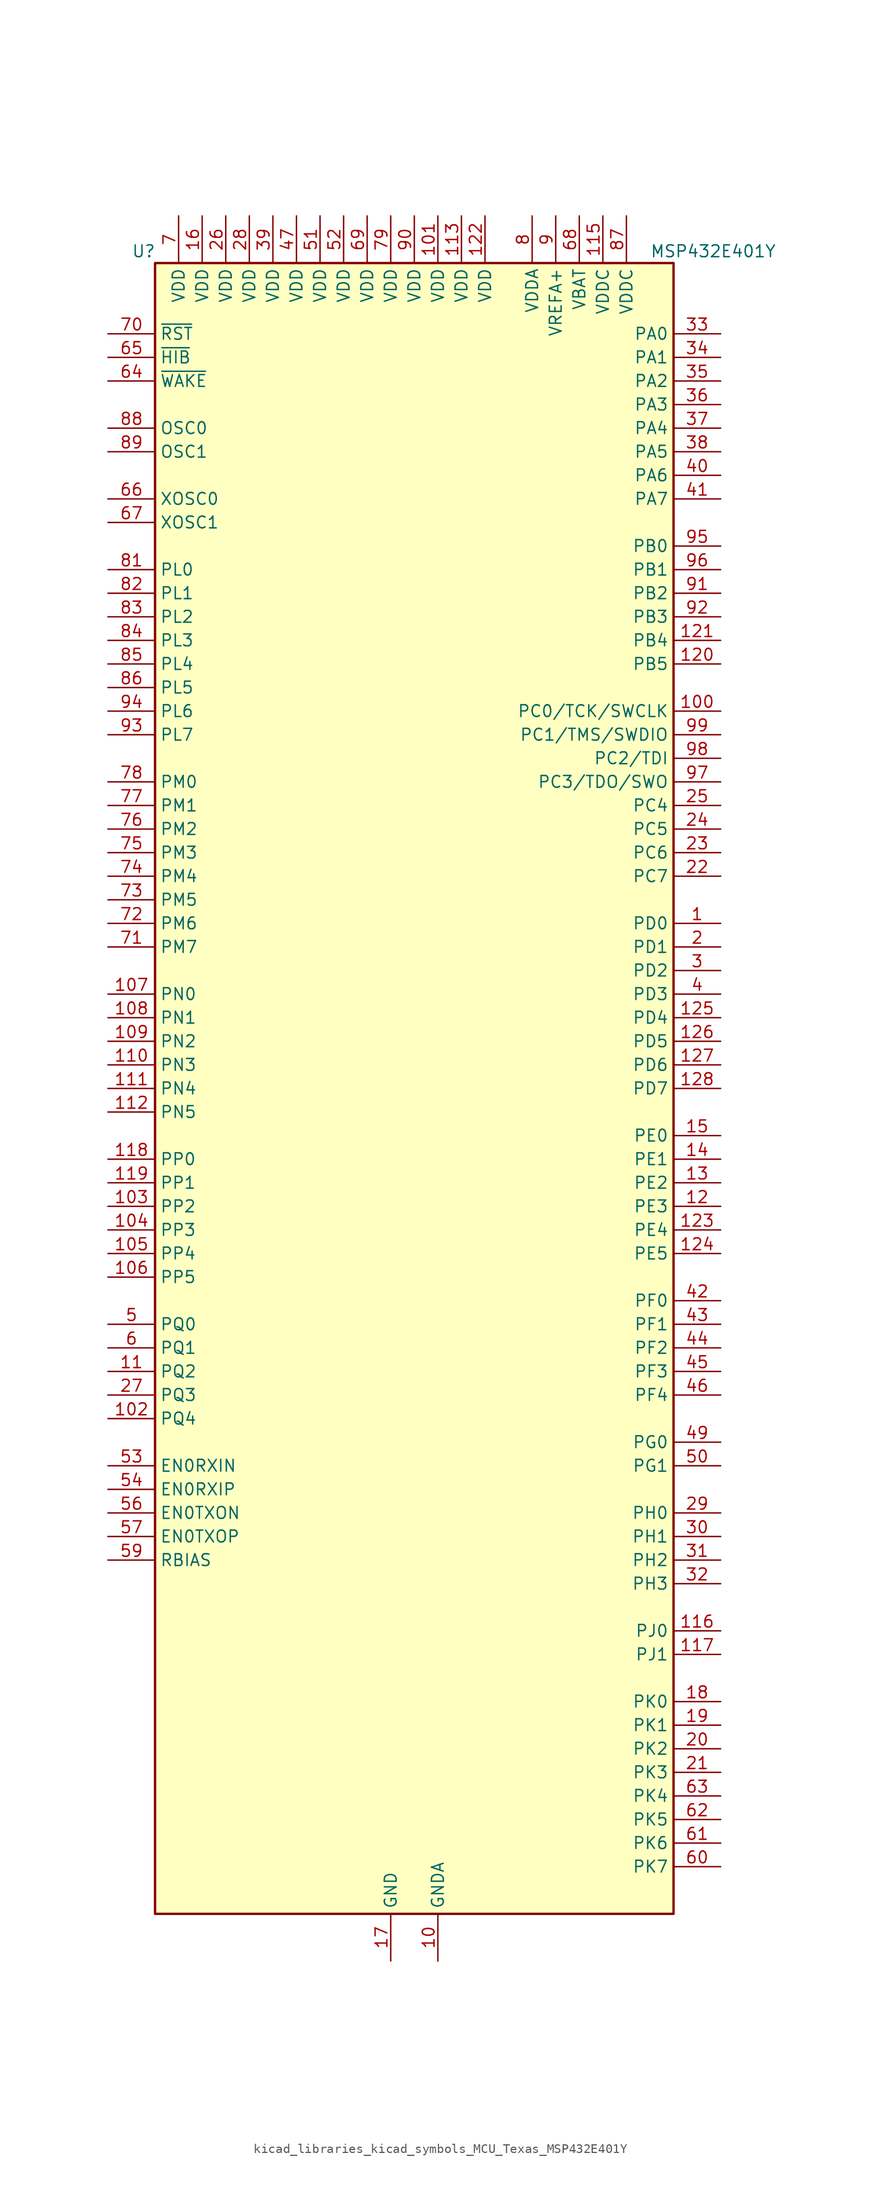
<source format=kicad_sym>
(kicad_symbol_lib
  (version 20220914)
  (generator kicad_symbol_editor)
  (symbol "kicad_libraries_kicad_symbols_MCU_Texas_MSP432E401Y"
    (property "Reference" "U"
      (at -30.48 90.17 0)
      (effects (font (size 1.27 1.27)) (justify left)))
    (property "Value" "MSP432E401Y"
      (at 25.4 90.17 0)
      (effects (font (size 1.27 1.27)) (justify left)))
    (symbol "kicad_libraries_kicad_symbols_MCU_Texas_MSP432E401Y_1_1"
      (rectangle (start -27.94 -88.9) (end 27.94 88.9) (stroke (width 0.254) (type default)) (fill (type background)))
      (pin bidirectional line (at 33.02 17.78 180) (length 5.08) (name "PD0" (effects (font (size 1.27 1.27)))) (number "1" (effects (font (size 1.27 1.27)))))
      (pin power_in line (at 2.54 -93.98 90) (length 5.08) (name "GNDA" (effects (font (size 1.27 1.27)))) (number "10" (effects (font (size 1.27 1.27)))))
      (pin bidirectional line (at 33.02 40.64 180) (length 5.08) (name "PC0/TCK/SWCLK" (effects (font (size 1.27 1.27)))) (number "100" (effects (font (size 1.27 1.27)))))
      (pin power_in line (at 2.54 93.98 270) (length 5.08) (name "VDD" (effects (font (size 1.27 1.27)))) (number "101" (effects (font (size 1.27 1.27)))))
      (pin bidirectional line (at -33.02 -35.56 0) (length 5.08) (name "PQ4" (effects (font (size 1.27 1.27)))) (number "102" (effects (font (size 1.27 1.27)))))
      (pin bidirectional line (at -33.02 -12.7 0) (length 5.08) (name "PP2" (effects (font (size 1.27 1.27)))) (number "103" (effects (font (size 1.27 1.27)))))
      (pin bidirectional line (at -33.02 -15.24 0) (length 5.08) (name "PP3" (effects (font (size 1.27 1.27)))) (number "104" (effects (font (size 1.27 1.27)))))
      (pin bidirectional line (at -33.02 -17.78 0) (length 5.08) (name "PP4" (effects (font (size 1.27 1.27)))) (number "105" (effects (font (size 1.27 1.27)))))
      (pin bidirectional line (at -33.02 -20.32 0) (length 5.08) (name "PP5" (effects (font (size 1.27 1.27)))) (number "106" (effects (font (size 1.27 1.27)))))
      (pin bidirectional line (at -33.02 10.16 0) (length 5.08) (name "PN0" (effects (font (size 1.27 1.27)))) (number "107" (effects (font (size 1.27 1.27)))))
      (pin bidirectional line (at -33.02 7.62 0) (length 5.08) (name "PN1" (effects (font (size 1.27 1.27)))) (number "108" (effects (font (size 1.27 1.27)))))
      (pin bidirectional line (at -33.02 5.08 0) (length 5.08) (name "PN2" (effects (font (size 1.27 1.27)))) (number "109" (effects (font (size 1.27 1.27)))))
      (pin bidirectional line (at -33.02 -30.48 0) (length 5.08) (name "PQ2" (effects (font (size 1.27 1.27)))) (number "11" (effects (font (size 1.27 1.27)))))
      (pin bidirectional line (at -33.02 2.54 0) (length 5.08) (name "PN3" (effects (font (size 1.27 1.27)))) (number "110" (effects (font (size 1.27 1.27)))))
      (pin bidirectional line (at -33.02 0 0) (length 5.08) (name "PN4" (effects (font (size 1.27 1.27)))) (number "111" (effects (font (size 1.27 1.27)))))
      (pin bidirectional line (at -33.02 -2.54 0) (length 5.08) (name "PN5" (effects (font (size 1.27 1.27)))) (number "112" (effects (font (size 1.27 1.27)))))
      (pin power_in line (at 5.08 93.98 270) (length 5.08) (name "VDD" (effects (font (size 1.27 1.27)))) (number "113" (effects (font (size 1.27 1.27)))))
      (pin passive line (at -2.54 -93.98 90) (length 5.08) hide (name "GND" (effects (font (size 1.27 1.27)))) (number "114" (effects (font (size 1.27 1.27)))))
      (pin power_in line (at 20.32 93.98 270) (length 5.08) (name "VDDC" (effects (font (size 1.27 1.27)))) (number "115" (effects (font (size 1.27 1.27)))))
      (pin bidirectional line (at 33.02 -58.42 180) (length 5.08) (name "PJ0" (effects (font (size 1.27 1.27)))) (number "116" (effects (font (size 1.27 1.27)))))
      (pin bidirectional line (at 33.02 -60.96 180) (length 5.08) (name "PJ1" (effects (font (size 1.27 1.27)))) (number "117" (effects (font (size 1.27 1.27)))))
      (pin bidirectional line (at -33.02 -7.62 0) (length 5.08) (name "PP0" (effects (font (size 1.27 1.27)))) (number "118" (effects (font (size 1.27 1.27)))))
      (pin bidirectional line (at -33.02 -10.16 0) (length 5.08) (name "PP1" (effects (font (size 1.27 1.27)))) (number "119" (effects (font (size 1.27 1.27)))))
      (pin bidirectional line (at 33.02 -12.7 180) (length 5.08) (name "PE3" (effects (font (size 1.27 1.27)))) (number "12" (effects (font (size 1.27 1.27)))))
      (pin bidirectional line (at 33.02 45.72 180) (length 5.08) (name "PB5" (effects (font (size 1.27 1.27)))) (number "120" (effects (font (size 1.27 1.27)))))
      (pin bidirectional line (at 33.02 48.26 180) (length 5.08) (name "PB4" (effects (font (size 1.27 1.27)))) (number "121" (effects (font (size 1.27 1.27)))))
      (pin power_in line (at 7.62 93.98 270) (length 5.08) (name "VDD" (effects (font (size 1.27 1.27)))) (number "122" (effects (font (size 1.27 1.27)))))
      (pin bidirectional line (at 33.02 -15.24 180) (length 5.08) (name "PE4" (effects (font (size 1.27 1.27)))) (number "123" (effects (font (size 1.27 1.27)))))
      (pin bidirectional line (at 33.02 -17.78 180) (length 5.08) (name "PE5" (effects (font (size 1.27 1.27)))) (number "124" (effects (font (size 1.27 1.27)))))
      (pin bidirectional line (at 33.02 7.62 180) (length 5.08) (name "PD4" (effects (font (size 1.27 1.27)))) (number "125" (effects (font (size 1.27 1.27)))))
      (pin bidirectional line (at 33.02 5.08 180) (length 5.08) (name "PD5" (effects (font (size 1.27 1.27)))) (number "126" (effects (font (size 1.27 1.27)))))
      (pin bidirectional line (at 33.02 2.54 180) (length 5.08) (name "PD6" (effects (font (size 1.27 1.27)))) (number "127" (effects (font (size 1.27 1.27)))))
      (pin bidirectional line (at 33.02 0 180) (length 5.08) (name "PD7" (effects (font (size 1.27 1.27)))) (number "128" (effects (font (size 1.27 1.27)))))
      (pin bidirectional line (at 33.02 -10.16 180) (length 5.08) (name "PE2" (effects (font (size 1.27 1.27)))) (number "13" (effects (font (size 1.27 1.27)))))
      (pin bidirectional line (at 33.02 -7.62 180) (length 5.08) (name "PE1" (effects (font (size 1.27 1.27)))) (number "14" (effects (font (size 1.27 1.27)))))
      (pin bidirectional line (at 33.02 -5.08 180) (length 5.08) (name "PE0" (effects (font (size 1.27 1.27)))) (number "15" (effects (font (size 1.27 1.27)))))
      (pin power_in line (at -22.86 93.98 270) (length 5.08) (name "VDD" (effects (font (size 1.27 1.27)))) (number "16" (effects (font (size 1.27 1.27)))))
      (pin power_in line (at -2.54 -93.98 90) (length 5.08) (name "GND" (effects (font (size 1.27 1.27)))) (number "17" (effects (font (size 1.27 1.27)))))
      (pin bidirectional line (at 33.02 -66.04 180) (length 5.08) (name "PK0" (effects (font (size 1.27 1.27)))) (number "18" (effects (font (size 1.27 1.27)))))
      (pin bidirectional line (at 33.02 -68.58 180) (length 5.08) (name "PK1" (effects (font (size 1.27 1.27)))) (number "19" (effects (font (size 1.27 1.27)))))
      (pin bidirectional line (at 33.02 15.24 180) (length 5.08) (name "PD1" (effects (font (size 1.27 1.27)))) (number "2" (effects (font (size 1.27 1.27)))))
      (pin bidirectional line (at 33.02 -71.12 180) (length 5.08) (name "PK2" (effects (font (size 1.27 1.27)))) (number "20" (effects (font (size 1.27 1.27)))))
      (pin bidirectional line (at 33.02 -73.66 180) (length 5.08) (name "PK3" (effects (font (size 1.27 1.27)))) (number "21" (effects (font (size 1.27 1.27)))))
      (pin bidirectional line (at 33.02 22.86 180) (length 5.08) (name "PC7" (effects (font (size 1.27 1.27)))) (number "22" (effects (font (size 1.27 1.27)))))
      (pin bidirectional line (at 33.02 25.4 180) (length 5.08) (name "PC6" (effects (font (size 1.27 1.27)))) (number "23" (effects (font (size 1.27 1.27)))))
      (pin bidirectional line (at 33.02 27.94 180) (length 5.08) (name "PC5" (effects (font (size 1.27 1.27)))) (number "24" (effects (font (size 1.27 1.27)))))
      (pin bidirectional line (at 33.02 30.48 180) (length 5.08) (name "PC4" (effects (font (size 1.27 1.27)))) (number "25" (effects (font (size 1.27 1.27)))))
      (pin power_in line (at -20.32 93.98 270) (length 5.08) (name "VDD" (effects (font (size 1.27 1.27)))) (number "26" (effects (font (size 1.27 1.27)))))
      (pin bidirectional line (at -33.02 -33.02 0) (length 5.08) (name "PQ3" (effects (font (size 1.27 1.27)))) (number "27" (effects (font (size 1.27 1.27)))))
      (pin power_in line (at -17.78 93.98 270) (length 5.08) (name "VDD" (effects (font (size 1.27 1.27)))) (number "28" (effects (font (size 1.27 1.27)))))
      (pin bidirectional line (at 33.02 -45.72 180) (length 5.08) (name "PH0" (effects (font (size 1.27 1.27)))) (number "29" (effects (font (size 1.27 1.27)))))
      (pin bidirectional line (at 33.02 12.7 180) (length 5.08) (name "PD2" (effects (font (size 1.27 1.27)))) (number "3" (effects (font (size 1.27 1.27)))))
      (pin bidirectional line (at 33.02 -48.26 180) (length 5.08) (name "PH1" (effects (font (size 1.27 1.27)))) (number "30" (effects (font (size 1.27 1.27)))))
      (pin bidirectional line (at 33.02 -50.8 180) (length 5.08) (name "PH2" (effects (font (size 1.27 1.27)))) (number "31" (effects (font (size 1.27 1.27)))))
      (pin bidirectional line (at 33.02 -53.34 180) (length 5.08) (name "PH3" (effects (font (size 1.27 1.27)))) (number "32" (effects (font (size 1.27 1.27)))))
      (pin bidirectional line (at 33.02 81.28 180) (length 5.08) (name "PA0" (effects (font (size 1.27 1.27)))) (number "33" (effects (font (size 1.27 1.27)))))
      (pin bidirectional line (at 33.02 78.74 180) (length 5.08) (name "PA1" (effects (font (size 1.27 1.27)))) (number "34" (effects (font (size 1.27 1.27)))))
      (pin bidirectional line (at 33.02 76.2 180) (length 5.08) (name "PA2" (effects (font (size 1.27 1.27)))) (number "35" (effects (font (size 1.27 1.27)))))
      (pin bidirectional line (at 33.02 73.66 180) (length 5.08) (name "PA3" (effects (font (size 1.27 1.27)))) (number "36" (effects (font (size 1.27 1.27)))))
      (pin bidirectional line (at 33.02 71.12 180) (length 5.08) (name "PA4" (effects (font (size 1.27 1.27)))) (number "37" (effects (font (size 1.27 1.27)))))
      (pin bidirectional line (at 33.02 68.58 180) (length 5.08) (name "PA5" (effects (font (size 1.27 1.27)))) (number "38" (effects (font (size 1.27 1.27)))))
      (pin power_in line (at -15.24 93.98 270) (length 5.08) (name "VDD" (effects (font (size 1.27 1.27)))) (number "39" (effects (font (size 1.27 1.27)))))
      (pin bidirectional line (at 33.02 10.16 180) (length 5.08) (name "PD3" (effects (font (size 1.27 1.27)))) (number "4" (effects (font (size 1.27 1.27)))))
      (pin bidirectional line (at 33.02 66.04 180) (length 5.08) (name "PA6" (effects (font (size 1.27 1.27)))) (number "40" (effects (font (size 1.27 1.27)))))
      (pin bidirectional line (at 33.02 63.5 180) (length 5.08) (name "PA7" (effects (font (size 1.27 1.27)))) (number "41" (effects (font (size 1.27 1.27)))))
      (pin bidirectional line (at 33.02 -22.86 180) (length 5.08) (name "PF0" (effects (font (size 1.27 1.27)))) (number "42" (effects (font (size 1.27 1.27)))))
      (pin bidirectional line (at 33.02 -25.4 180) (length 5.08) (name "PF1" (effects (font (size 1.27 1.27)))) (number "43" (effects (font (size 1.27 1.27)))))
      (pin bidirectional line (at 33.02 -27.94 180) (length 5.08) (name "PF2" (effects (font (size 1.27 1.27)))) (number "44" (effects (font (size 1.27 1.27)))))
      (pin bidirectional line (at 33.02 -30.48 180) (length 5.08) (name "PF3" (effects (font (size 1.27 1.27)))) (number "45" (effects (font (size 1.27 1.27)))))
      (pin bidirectional line (at 33.02 -33.02 180) (length 5.08) (name "PF4" (effects (font (size 1.27 1.27)))) (number "46" (effects (font (size 1.27 1.27)))))
      (pin power_in line (at -12.7 93.98 270) (length 5.08) (name "VDD" (effects (font (size 1.27 1.27)))) (number "47" (effects (font (size 1.27 1.27)))))
      (pin passive line (at -2.54 -93.98 90) (length 5.08) hide (name "GND" (effects (font (size 1.27 1.27)))) (number "48" (effects (font (size 1.27 1.27)))))
      (pin bidirectional line (at 33.02 -38.1 180) (length 5.08) (name "PG0" (effects (font (size 1.27 1.27)))) (number "49" (effects (font (size 1.27 1.27)))))
      (pin bidirectional line (at -33.02 -25.4 0) (length 5.08) (name "PQ0" (effects (font (size 1.27 1.27)))) (number "5" (effects (font (size 1.27 1.27)))))
      (pin bidirectional line (at 33.02 -40.64 180) (length 5.08) (name "PG1" (effects (font (size 1.27 1.27)))) (number "50" (effects (font (size 1.27 1.27)))))
      (pin power_in line (at -10.16 93.98 270) (length 5.08) (name "VDD" (effects (font (size 1.27 1.27)))) (number "51" (effects (font (size 1.27 1.27)))))
      (pin power_in line (at -7.62 93.98 270) (length 5.08) (name "VDD" (effects (font (size 1.27 1.27)))) (number "52" (effects (font (size 1.27 1.27)))))
      (pin bidirectional line (at -33.02 -40.64 0) (length 5.08) (name "EN0RXIN" (effects (font (size 1.27 1.27)))) (number "53" (effects (font (size 1.27 1.27)))))
      (pin bidirectional line (at -33.02 -43.18 0) (length 5.08) (name "EN0RXIP" (effects (font (size 1.27 1.27)))) (number "54" (effects (font (size 1.27 1.27)))))
      (pin passive line (at -2.54 -93.98 90) (length 5.08) hide (name "GND" (effects (font (size 1.27 1.27)))) (number "55" (effects (font (size 1.27 1.27)))))
      (pin bidirectional line (at -33.02 -45.72 0) (length 5.08) (name "EN0TXON" (effects (font (size 1.27 1.27)))) (number "56" (effects (font (size 1.27 1.27)))))
      (pin bidirectional line (at -33.02 -48.26 0) (length 5.08) (name "EN0TXOP" (effects (font (size 1.27 1.27)))) (number "57" (effects (font (size 1.27 1.27)))))
      (pin passive line (at -2.54 -93.98 90) (length 5.08) hide (name "GND" (effects (font (size 1.27 1.27)))) (number "58" (effects (font (size 1.27 1.27)))))
      (pin passive line (at -33.02 -50.8 0) (length 5.08) (name "RBIAS" (effects (font (size 1.27 1.27)))) (number "59" (effects (font (size 1.27 1.27)))))
      (pin bidirectional line (at -33.02 -27.94 0) (length 5.08) (name "PQ1" (effects (font (size 1.27 1.27)))) (number "6" (effects (font (size 1.27 1.27)))))
      (pin bidirectional line (at 33.02 -83.82 180) (length 5.08) (name "PK7" (effects (font (size 1.27 1.27)))) (number "60" (effects (font (size 1.27 1.27)))))
      (pin bidirectional line (at 33.02 -81.28 180) (length 5.08) (name "PK6" (effects (font (size 1.27 1.27)))) (number "61" (effects (font (size 1.27 1.27)))))
      (pin bidirectional line (at 33.02 -78.74 180) (length 5.08) (name "PK5" (effects (font (size 1.27 1.27)))) (number "62" (effects (font (size 1.27 1.27)))))
      (pin bidirectional line (at 33.02 -76.2 180) (length 5.08) (name "PK4" (effects (font (size 1.27 1.27)))) (number "63" (effects (font (size 1.27 1.27)))))
      (pin input line (at -33.02 76.2 0) (length 5.08) (name "~{WAKE}" (effects (font (size 1.27 1.27)))) (number "64" (effects (font (size 1.27 1.27)))))
      (pin output line (at -33.02 78.74 0) (length 5.08) (name "~{HIB}" (effects (font (size 1.27 1.27)))) (number "65" (effects (font (size 1.27 1.27)))))
      (pin input line (at -33.02 63.5 0) (length 5.08) (name "XOSC0" (effects (font (size 1.27 1.27)))) (number "66" (effects (font (size 1.27 1.27)))))
      (pin output line (at -33.02 60.96 0) (length 5.08) (name "XOSC1" (effects (font (size 1.27 1.27)))) (number "67" (effects (font (size 1.27 1.27)))))
      (pin power_in line (at 17.78 93.98 270) (length 5.08) (name "VBAT" (effects (font (size 1.27 1.27)))) (number "68" (effects (font (size 1.27 1.27)))))
      (pin power_in line (at -5.08 93.98 270) (length 5.08) (name "VDD" (effects (font (size 1.27 1.27)))) (number "69" (effects (font (size 1.27 1.27)))))
      (pin power_in line (at -25.4 93.98 270) (length 5.08) (name "VDD" (effects (font (size 1.27 1.27)))) (number "7" (effects (font (size 1.27 1.27)))))
      (pin input line (at -33.02 81.28 0) (length 5.08) (name "~{RST}" (effects (font (size 1.27 1.27)))) (number "70" (effects (font (size 1.27 1.27)))))
      (pin bidirectional line (at -33.02 15.24 0) (length 5.08) (name "PM7" (effects (font (size 1.27 1.27)))) (number "71" (effects (font (size 1.27 1.27)))))
      (pin bidirectional line (at -33.02 17.78 0) (length 5.08) (name "PM6" (effects (font (size 1.27 1.27)))) (number "72" (effects (font (size 1.27 1.27)))))
      (pin bidirectional line (at -33.02 20.32 0) (length 5.08) (name "PM5" (effects (font (size 1.27 1.27)))) (number "73" (effects (font (size 1.27 1.27)))))
      (pin bidirectional line (at -33.02 22.86 0) (length 5.08) (name "PM4" (effects (font (size 1.27 1.27)))) (number "74" (effects (font (size 1.27 1.27)))))
      (pin bidirectional line (at -33.02 25.4 0) (length 5.08) (name "PM3" (effects (font (size 1.27 1.27)))) (number "75" (effects (font (size 1.27 1.27)))))
      (pin bidirectional line (at -33.02 27.94 0) (length 5.08) (name "PM2" (effects (font (size 1.27 1.27)))) (number "76" (effects (font (size 1.27 1.27)))))
      (pin bidirectional line (at -33.02 30.48 0) (length 5.08) (name "PM1" (effects (font (size 1.27 1.27)))) (number "77" (effects (font (size 1.27 1.27)))))
      (pin bidirectional line (at -33.02 33.02 0) (length 5.08) (name "PM0" (effects (font (size 1.27 1.27)))) (number "78" (effects (font (size 1.27 1.27)))))
      (pin power_in line (at -2.54 93.98 270) (length 5.08) (name "VDD" (effects (font (size 1.27 1.27)))) (number "79" (effects (font (size 1.27 1.27)))))
      (pin power_in line (at 12.7 93.98 270) (length 5.08) (name "VDDA" (effects (font (size 1.27 1.27)))) (number "8" (effects (font (size 1.27 1.27)))))
      (pin passive line (at -2.54 -93.98 90) (length 5.08) hide (name "GND" (effects (font (size 1.27 1.27)))) (number "80" (effects (font (size 1.27 1.27)))))
      (pin bidirectional line (at -33.02 55.88 0) (length 5.08) (name "PL0" (effects (font (size 1.27 1.27)))) (number "81" (effects (font (size 1.27 1.27)))))
      (pin bidirectional line (at -33.02 53.34 0) (length 5.08) (name "PL1" (effects (font (size 1.27 1.27)))) (number "82" (effects (font (size 1.27 1.27)))))
      (pin bidirectional line (at -33.02 50.8 0) (length 5.08) (name "PL2" (effects (font (size 1.27 1.27)))) (number "83" (effects (font (size 1.27 1.27)))))
      (pin bidirectional line (at -33.02 48.26 0) (length 5.08) (name "PL3" (effects (font (size 1.27 1.27)))) (number "84" (effects (font (size 1.27 1.27)))))
      (pin bidirectional line (at -33.02 45.72 0) (length 5.08) (name "PL4" (effects (font (size 1.27 1.27)))) (number "85" (effects (font (size 1.27 1.27)))))
      (pin bidirectional line (at -33.02 43.18 0) (length 5.08) (name "PL5" (effects (font (size 1.27 1.27)))) (number "86" (effects (font (size 1.27 1.27)))))
      (pin power_in line (at 22.86 93.98 270) (length 5.08) (name "VDDC" (effects (font (size 1.27 1.27)))) (number "87" (effects (font (size 1.27 1.27)))))
      (pin input line (at -33.02 71.12 0) (length 5.08) (name "OSC0" (effects (font (size 1.27 1.27)))) (number "88" (effects (font (size 1.27 1.27)))))
      (pin output line (at -33.02 68.58 0) (length 5.08) (name "OSC1" (effects (font (size 1.27 1.27)))) (number "89" (effects (font (size 1.27 1.27)))))
      (pin power_in line (at 15.24 93.98 270) (length 5.08) (name "VREFA+" (effects (font (size 1.27 1.27)))) (number "9" (effects (font (size 1.27 1.27)))))
      (pin power_in line (at 0 93.98 270) (length 5.08) (name "VDD" (effects (font (size 1.27 1.27)))) (number "90" (effects (font (size 1.27 1.27)))))
      (pin bidirectional line (at 33.02 53.34 180) (length 5.08) (name "PB2" (effects (font (size 1.27 1.27)))) (number "91" (effects (font (size 1.27 1.27)))))
      (pin bidirectional line (at 33.02 50.8 180) (length 5.08) (name "PB3" (effects (font (size 1.27 1.27)))) (number "92" (effects (font (size 1.27 1.27)))))
      (pin bidirectional line (at -33.02 38.1 0) (length 5.08) (name "PL7" (effects (font (size 1.27 1.27)))) (number "93" (effects (font (size 1.27 1.27)))))
      (pin bidirectional line (at -33.02 40.64 0) (length 5.08) (name "PL6" (effects (font (size 1.27 1.27)))) (number "94" (effects (font (size 1.27 1.27)))))
      (pin bidirectional line (at 33.02 58.42 180) (length 5.08) (name "PB0" (effects (font (size 1.27 1.27)))) (number "95" (effects (font (size 1.27 1.27)))))
      (pin bidirectional line (at 33.02 55.88 180) (length 5.08) (name "PB1" (effects (font (size 1.27 1.27)))) (number "96" (effects (font (size 1.27 1.27)))))
      (pin bidirectional line (at 33.02 33.02 180) (length 5.08) (name "PC3/TDO/SWO" (effects (font (size 1.27 1.27)))) (number "97" (effects (font (size 1.27 1.27)))))
      (pin bidirectional line (at 33.02 35.56 180) (length 5.08) (name "PC2/TDI" (effects (font (size 1.27 1.27)))) (number "98" (effects (font (size 1.27 1.27)))))
      (pin bidirectional line (at 33.02 38.1 180) (length 5.08) (name "PC1/TMS/SWDIO" (effects (font (size 1.27 1.27)))) (number "99" (effects (font (size 1.27 1.27))))))))
</source>
